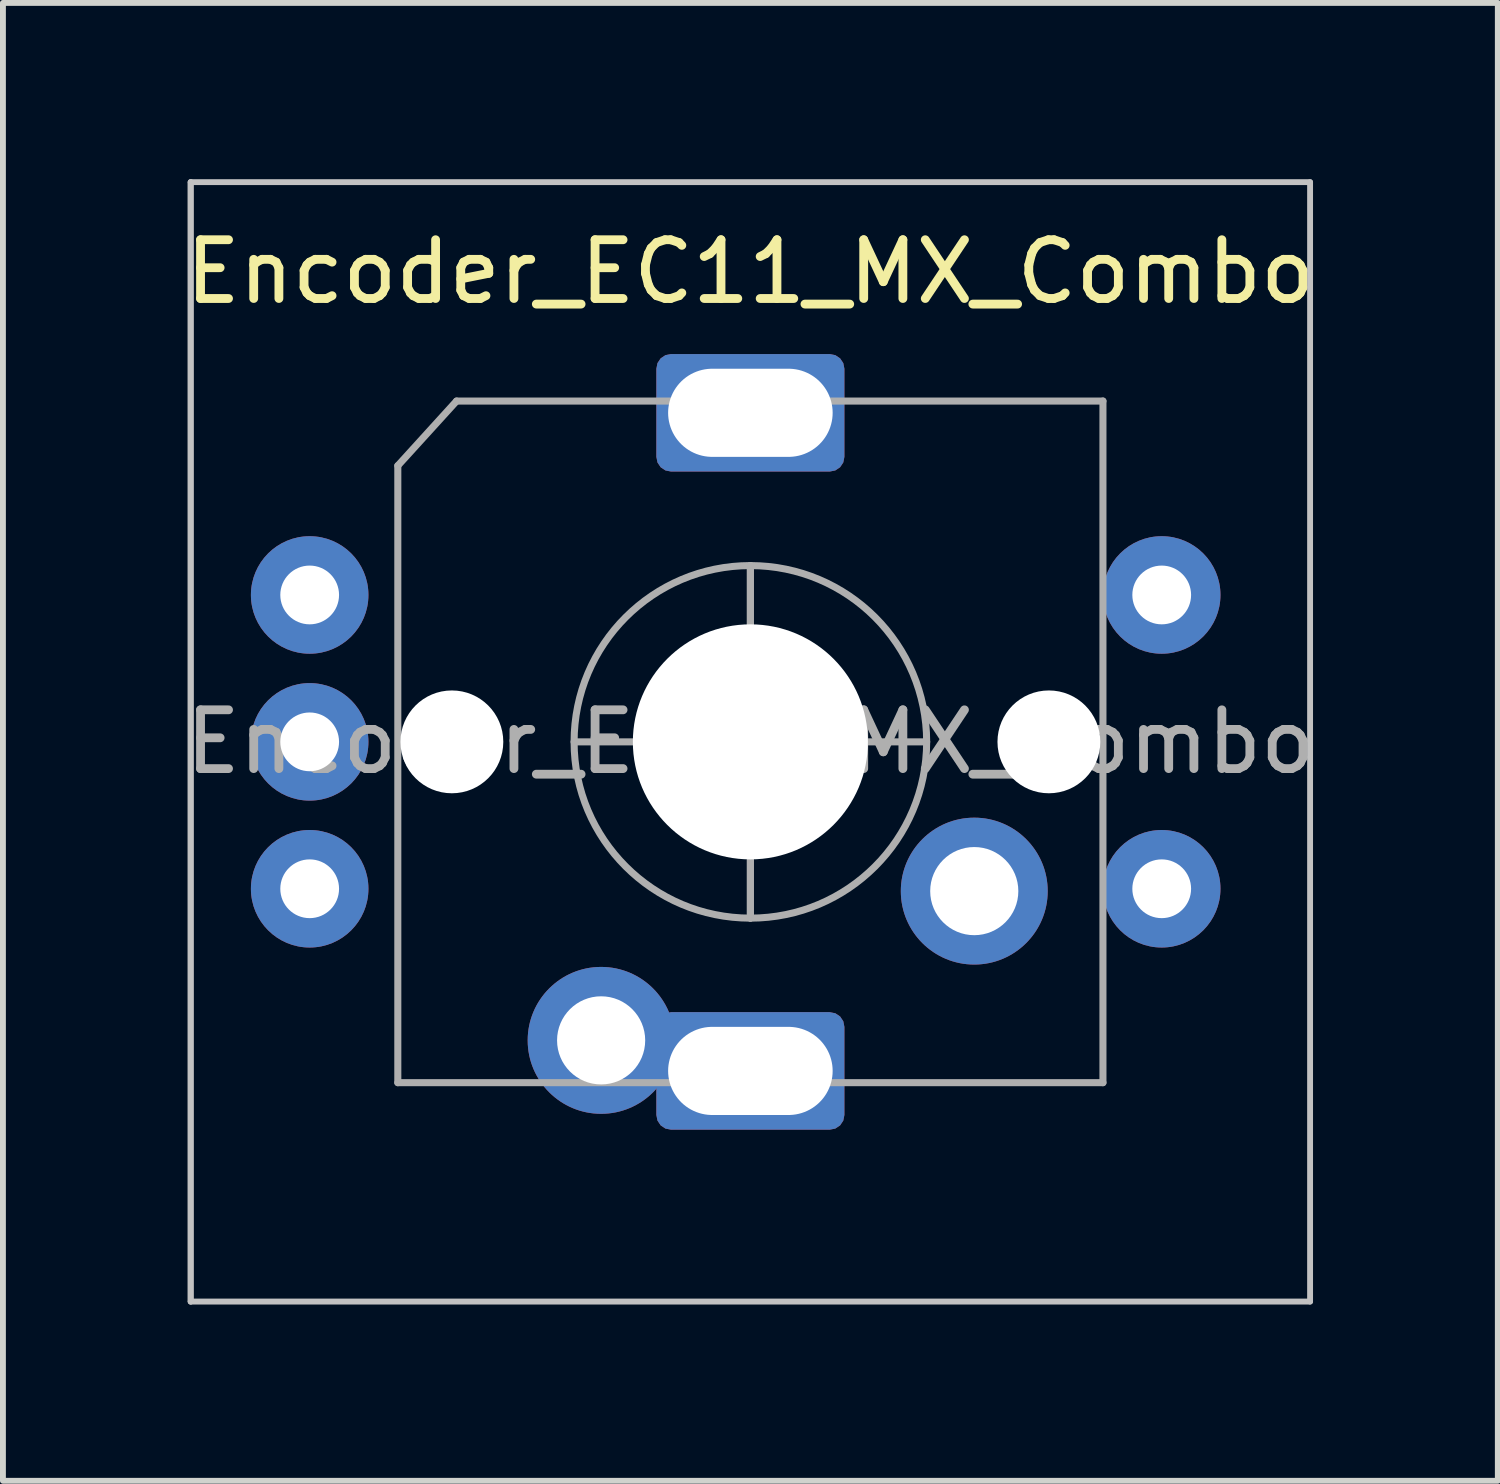
<source format=kicad_pcb>
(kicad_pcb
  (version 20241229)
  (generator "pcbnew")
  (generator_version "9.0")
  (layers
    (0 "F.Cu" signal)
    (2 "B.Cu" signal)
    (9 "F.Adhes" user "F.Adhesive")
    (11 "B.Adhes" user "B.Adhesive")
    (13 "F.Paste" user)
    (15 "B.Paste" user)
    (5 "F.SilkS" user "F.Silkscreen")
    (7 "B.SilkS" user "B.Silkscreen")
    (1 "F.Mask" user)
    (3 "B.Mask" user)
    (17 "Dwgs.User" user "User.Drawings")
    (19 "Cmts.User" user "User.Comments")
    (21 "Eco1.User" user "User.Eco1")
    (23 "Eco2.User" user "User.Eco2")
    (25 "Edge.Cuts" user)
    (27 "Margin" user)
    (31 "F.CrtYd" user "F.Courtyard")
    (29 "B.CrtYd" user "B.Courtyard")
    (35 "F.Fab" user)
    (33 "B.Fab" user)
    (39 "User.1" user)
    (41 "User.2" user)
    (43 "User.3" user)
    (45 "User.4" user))
  (footprint "Encoder_EC11_MX_Combo"
    (layer "F.Cu")
    (at 9.72 9.575)
    (property "Reference" "Encoder_EC11_MX_Combo" (at 0 -8 0) (layer "F.SilkS") (effects (font (size 1 1) (thickness 0.15))))
    (attr through_hole)
    (fp_line (start -9.525 -9.525) (end -9.525 9.525) (stroke (width 0.1) (type solid)) (layer "Dwgs.User"))
    (fp_line (start -9.525 -9.525) (end -9.525 9.525) (stroke (width 0.1) (type solid)) (layer "Dwgs.User"))
    (fp_line (start -9.525 9.525) (end 9.525 9.525) (stroke (width 0.1) (type solid)) (layer "Dwgs.User"))
    (fp_line (start 9.525 -9.525) (end -9.525 -9.525) (stroke (width 0.1) (type solid)) (layer "Dwgs.User"))
    (fp_line (start 9.525 9.525) (end 9.525 -9.525) (stroke (width 0.1) (type solid)) (layer "Dwgs.User"))
    (fp_line (start -6 -4.7) (end -5 -5.8) (stroke (width 0.12) (type solid)) (layer "F.Fab"))
    (fp_line (start -6 5.8) (end -6 -4.7) (stroke (width 0.12) (type solid)) (layer "F.Fab"))
    (fp_line (start -5 -5.8) (end 6 -5.8) (stroke (width 0.12) (type solid)) (layer "F.Fab"))
    (fp_line (start -3 0) (end 3 0) (stroke (width 0.12) (type solid)) (layer "F.Fab"))
    (fp_line (start 0 -3) (end 0 3) (stroke (width 0.12) (type solid)) (layer "F.Fab"))
    (fp_line (start 0 -3) (end 0 3) (stroke (width 0.12) (type solid)) (layer "F.Fab"))
    (fp_line (start 6 -5.8) (end 6 5.8) (stroke (width 0.12) (type solid)) (layer "F.Fab"))
    (fp_line (start 6 5.8) (end -6 5.8) (stroke (width 0.12) (type solid)) (layer "F.Fab"))
    (fp_circle (center 0 0) (end 3 0) (stroke (width 0.12) (type solid)) (fill no) (layer "F.Fab"))
    (fp_text user "${REFERENCE}" (at 0 0 180) (layer "F.Fab") (effects (font (size 1 1) (thickness 0.15))))
    (pad "" np_thru_hole circle (at -5.08 0 180) (size 1.75 1.75) (drill 1.75) (layers "*.Cu" "*.Mask"))
    (pad "" np_thru_hole circle (at 0 0 180) (size 4 4) (drill 4) (layers "*.Cu" "*.Mask"))
    (pad "" np_thru_hole circle (at 5.08 0 180) (size 1.75 1.75) (drill 1.75) (layers "*.Cu" "*.Mask"))
    (pad "A" thru_hole circle (at -7.5 -2.5) (size 2 2) (drill 1) (layers "*.Cu" "*.Mask"))
    (pad "B" thru_hole circle (at -7.5 2.5) (size 2 2) (drill 1) (layers "*.Cu" "*.Mask"))
    (pad "C" thru_hole circle (at -7.5 0) (size 2 2) (drill 1) (layers "*.Cu" "*.Mask"))
    (pad "MP" thru_hole roundrect (at 0 -5.6) (size 3.2 2) (drill oval 2.8 1.5) (layers "*.Cu" "*.Mask") (roundrect_rratio 0.125))
    (pad "S1" thru_hole circle (at 3.81 2.54 180) (size 2.5 2.5) (drill 1.5) (layers "*.Cu" "*.Mask"))
    (pad "S1" thru_hole circle (at 7 2.5) (size 2 2) (drill 1) (layers "*.Cu" "*.Mask"))
    (pad "S2" thru_hole circle (at -2.54 5.08 180) (size 2.5 2.5) (drill 1.5) (layers "*.Cu" "*.Mask"))
    (pad "S2" thru_hole roundrect (at 0 5.6) (size 3.2 2) (drill oval 2.8 1.5) (layers "*.Cu" "*.Mask") (roundrect_rratio 0.125))
    (pad "S2" thru_hole circle (at 7 -2.5) (size 2 2) (drill 1) (layers "*.Cu" "*.Mask")))
  (gr_rect
    (start -3 -3)
    (end 22.44 22.15)
    (stroke (width 0.1) (type default))
    (fill no)
    (layer "Edge.Cuts")))
</source>
